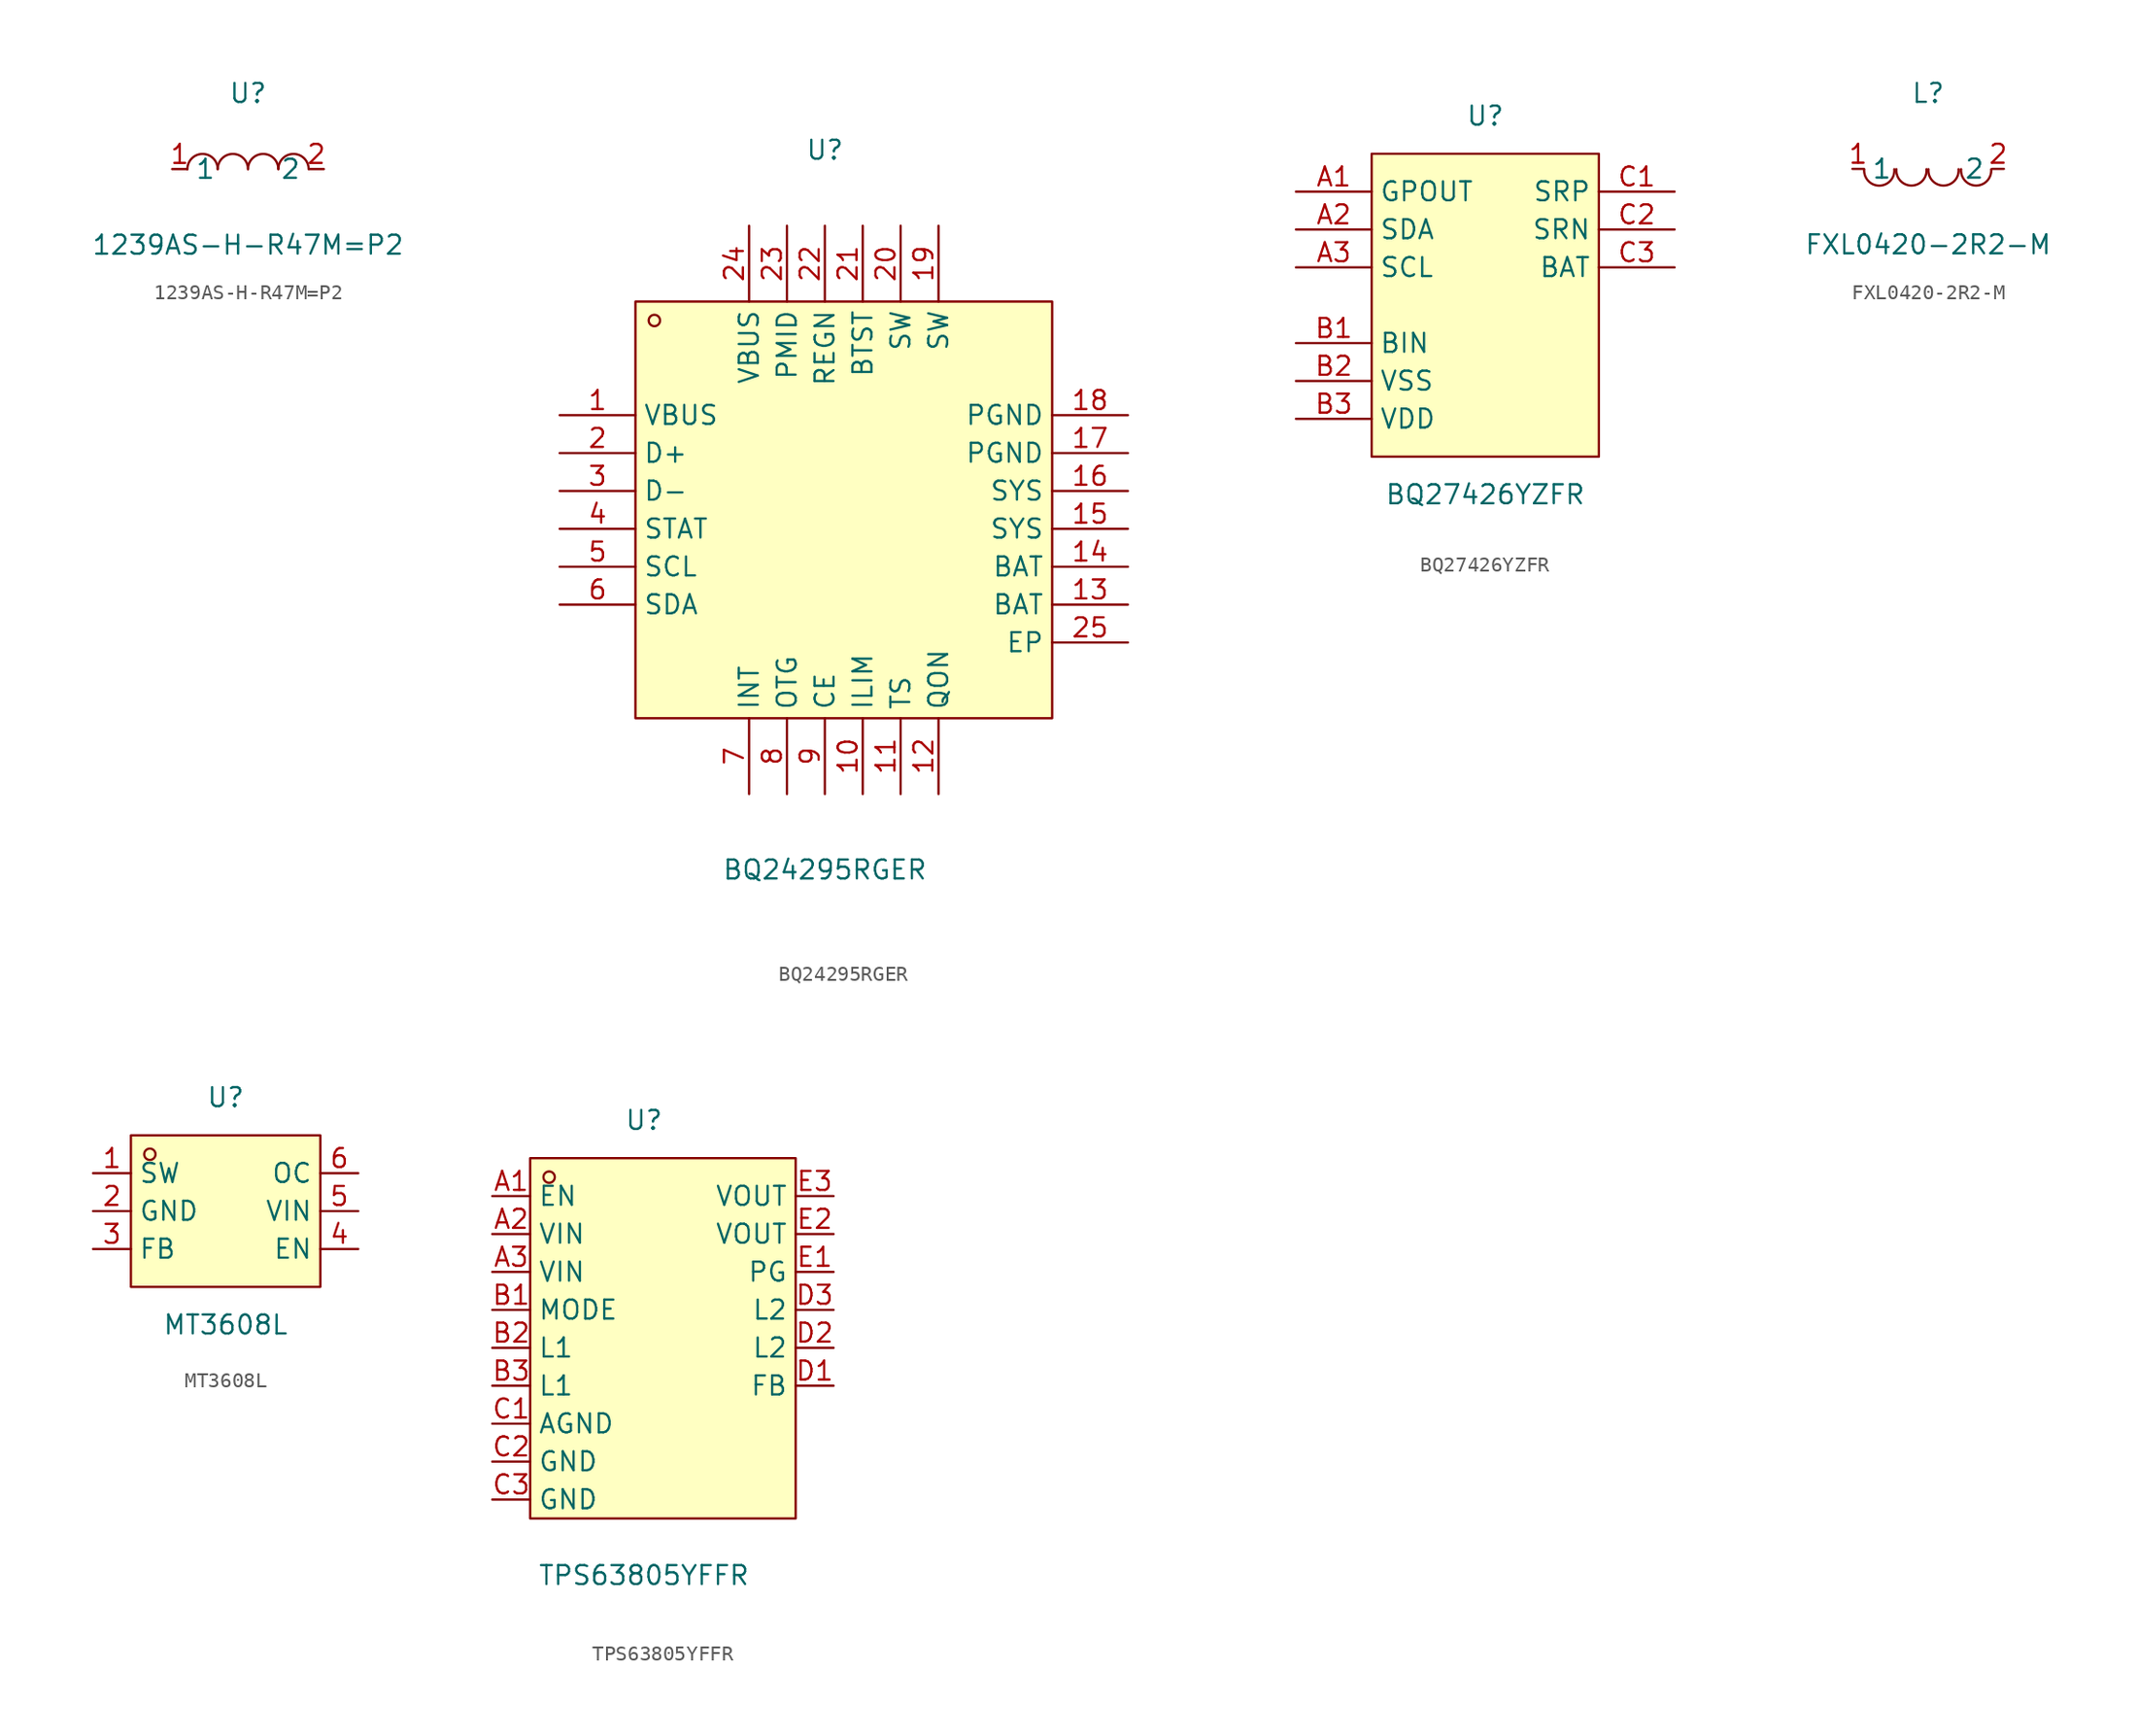
<source format=kicad_sym>
(kicad_symbol_lib
  (version 20231120)
  (generator "kicad_symbol_editor")
  (generator_version "8.0")
  (symbol "1239AS-H-R47M=P2"
    (property "Reference" "U"
      (at 0 5.08 0)
      (effects (font (size 1.27 1.27))))
    (property "Value" "1239AS-H-R47M=P2"
      (at 0 -5.08 0)
      (effects (font (size 1.27 1.27))))
    (symbol "1239AS-H-R47M=P2_0_1"
      (arc (start 0.00 -0.01) (mid 1.23 0.99) (end 2.03 0.01) (stroke (width 0) (type default) (color 0 0 0 0)) (fill (type none)))
      (arc (start 2.03 -0.01) (mid 3.26 0.99) (end 4.06 0.01) (stroke (width 0) (type default) (color 0 0 0 0)) (fill (type none)))
      (arc (start -2.03 -0.01) (mid -0.80 0.99) (end 0.00 0.01) (stroke (width 0) (type default) (color 0 0 0 0)) (fill (type none)))
      (arc (start -4.06 -0.01) (mid -2.83 0.99) (end -2.03 0.01) (stroke (width 0) (type default) (color 0 0 0 0)) (fill (type none)))
      (pin unspecified line (at -5.08 -0.00 0) (length 1.016) (name "1" (effects (font (size 1.27 1.27)))) (number "1" (effects (font (size 1.27 1.27)))))
      (pin unspecified line (at 5.08 -0.00 180) (length 1.016) (name "2" (effects (font (size 1.27 1.27)))) (number "2" (effects (font (size 1.27 1.27)))))))
  (symbol "BQ24295RGER"
    (property "Reference" "U"
      (at 0 25.40 0)
      (effects (font (size 1.27 1.27))))
    (property "Value" "BQ24295RGER"
      (at 0 -22.86 0)
      (effects (font (size 1.27 1.27))))
    (symbol "BQ24295RGER_0_1"
      (rectangle (start -12.70 15.24) (end 15.24 -12.70) (stroke (width 0) (type default) (color 0 0 0 0)) (fill (type background)))
      (circle (center -11.43 13.97) (radius 0.38) (stroke (width 0) (type default) (color 0 0 0 0)) (fill (type none)))
      (pin unspecified line (at -17.78 7.62 0) (length 5.08) (name "VBUS" (effects (font (size 1.27 1.27)))) (number "1" (effects (font (size 1.27 1.27)))))
      (pin unspecified line (at -17.78 5.08 0) (length 5.08) (name "D+" (effects (font (size 1.27 1.27)))) (number "2" (effects (font (size 1.27 1.27)))))
      (pin unspecified line (at -17.78 2.54 0) (length 5.08) (name "D-" (effects (font (size 1.27 1.27)))) (number "3" (effects (font (size 1.27 1.27)))))
      (pin unspecified line (at -17.78 -0.00 0) (length 5.08) (name "STAT" (effects (font (size 1.27 1.27)))) (number "4" (effects (font (size 1.27 1.27)))))
      (pin unspecified line (at -17.78 -2.54 0) (length 5.08) (name "SCL" (effects (font (size 1.27 1.27)))) (number "5" (effects (font (size 1.27 1.27)))))
      (pin unspecified line (at -17.78 -5.08 0) (length 5.08) (name "SDA" (effects (font (size 1.27 1.27)))) (number "6" (effects (font (size 1.27 1.27)))))
      (pin unspecified line (at -5.08 -17.78 90) (length 5.08) (name "INT" (effects (font (size 1.27 1.27)))) (number "7" (effects (font (size 1.27 1.27)))))
      (pin unspecified line (at -2.54 -17.78 90) (length 5.08) (name "OTG" (effects (font (size 1.27 1.27)))) (number "8" (effects (font (size 1.27 1.27)))))
      (pin unspecified line (at 0.00 -17.78 90) (length 5.08) (name "CE" (effects (font (size 1.27 1.27)))) (number "9" (effects (font (size 1.27 1.27)))))
      (pin unspecified line (at 2.54 -17.78 90) (length 5.08) (name "ILIM" (effects (font (size 1.27 1.27)))) (number "10" (effects (font (size 1.27 1.27)))))
      (pin unspecified line (at 5.08 -17.78 90) (length 5.08) (name "TS" (effects (font (size 1.27 1.27)))) (number "11" (effects (font (size 1.27 1.27)))))
      (pin unspecified line (at 7.62 -17.78 90) (length 5.08) (name "QON" (effects (font (size 1.27 1.27)))) (number "12" (effects (font (size 1.27 1.27)))))
      (pin unspecified line (at 20.32 -5.08 180) (length 5.08) (name "BAT" (effects (font (size 1.27 1.27)))) (number "13" (effects (font (size 1.27 1.27)))))
      (pin unspecified line (at 20.32 -2.54 180) (length 5.08) (name "BAT" (effects (font (size 1.27 1.27)))) (number "14" (effects (font (size 1.27 1.27)))))
      (pin unspecified line (at 20.32 -0.00 180) (length 5.08) (name "SYS" (effects (font (size 1.27 1.27)))) (number "15" (effects (font (size 1.27 1.27)))))
      (pin unspecified line (at 20.32 2.54 180) (length 5.08) (name "SYS" (effects (font (size 1.27 1.27)))) (number "16" (effects (font (size 1.27 1.27)))))
      (pin unspecified line (at 20.32 5.08 180) (length 5.08) (name "PGND" (effects (font (size 1.27 1.27)))) (number "17" (effects (font (size 1.27 1.27)))))
      (pin unspecified line (at 20.32 7.62 180) (length 5.08) (name "PGND" (effects (font (size 1.27 1.27)))) (number "18" (effects (font (size 1.27 1.27)))))
      (pin unspecified line (at 7.62 20.32 270) (length 5.08) (name "SW" (effects (font (size 1.27 1.27)))) (number "19" (effects (font (size 1.27 1.27)))))
      (pin unspecified line (at 5.08 20.32 270) (length 5.08) (name "SW" (effects (font (size 1.27 1.27)))) (number "20" (effects (font (size 1.27 1.27)))))
      (pin unspecified line (at 2.54 20.32 270) (length 5.08) (name "BTST" (effects (font (size 1.27 1.27)))) (number "21" (effects (font (size 1.27 1.27)))))
      (pin unspecified line (at 0.00 20.32 270) (length 5.08) (name "REGN" (effects (font (size 1.27 1.27)))) (number "22" (effects (font (size 1.27 1.27)))))
      (pin unspecified line (at -2.54 20.32 270) (length 5.08) (name "PMID" (effects (font (size 1.27 1.27)))) (number "23" (effects (font (size 1.27 1.27)))))
      (pin unspecified line (at -5.08 20.32 270) (length 5.08) (name "VBUS" (effects (font (size 1.27 1.27)))) (number "24" (effects (font (size 1.27 1.27)))))
      (pin unspecified line (at 20.32 -7.62 180) (length 5.08) (name "EP" (effects (font (size 1.27 1.27)))) (number "25" (effects (font (size 1.27 1.27)))))))
  (symbol "BQ27426YZFR"
    (property "Reference" "U"
      (at 0 10.16 0)
      (effects (font (size 1.27 1.27))))
    (property "Value" "BQ27426YZFR"
      (at 0 -15.24 0)
      (effects (font (size 1.27 1.27))))
    (symbol "BQ27426YZFR_0_1"
      (rectangle (start -7.62 7.62) (end 7.62 -12.70) (stroke (width 0) (type default) (color 0 0 0 0)) (fill (type background)))
      (pin unspecified line (at -12.70 5.08 0) (length 5.08) (name "GPOUT" (effects (font (size 1.27 1.27)))) (number "A1" (effects (font (size 1.27 1.27)))))
      (pin unspecified line (at -12.70 2.54 0) (length 5.08) (name "SDA" (effects (font (size 1.27 1.27)))) (number "A2" (effects (font (size 1.27 1.27)))))
      (pin unspecified line (at -12.70 -0.00 0) (length 5.08) (name "SCL" (effects (font (size 1.27 1.27)))) (number "A3" (effects (font (size 1.27 1.27)))))
      (pin unspecified line (at -12.70 -5.08 0) (length 5.08) (name "BIN" (effects (font (size 1.27 1.27)))) (number "B1" (effects (font (size 1.27 1.27)))))
      (pin unspecified line (at -12.70 -7.62 0) (length 5.08) (name "VSS" (effects (font (size 1.27 1.27)))) (number "B2" (effects (font (size 1.27 1.27)))))
      (pin unspecified line (at -12.70 -10.16 0) (length 5.08) (name "VDD" (effects (font (size 1.27 1.27)))) (number "B3" (effects (font (size 1.27 1.27)))))
      (pin unspecified line (at 12.70 5.08 180) (length 5.08) (name "SRP" (effects (font (size 1.27 1.27)))) (number "C1" (effects (font (size 1.27 1.27)))))
      (pin unspecified line (at 12.70 2.54 180) (length 5.08) (name "SRN" (effects (font (size 1.27 1.27)))) (number "C2" (effects (font (size 1.27 1.27)))))
      (pin unspecified line (at 12.70 -0.00 180) (length 5.08) (name "BAT" (effects (font (size 1.27 1.27)))) (number "C3" (effects (font (size 1.27 1.27)))))))
  (symbol "FXL0420-2R2-M"
    (property "Reference" "L"
      (at 0 5.08 0)
      (effects (font (size 1.27 1.27))))
    (property "Value" "FXL0420-2R2-M"
      (at 0 -5.08 0)
      (effects (font (size 1.27 1.27))))
    (symbol "FXL0420-2R2-M_0_1"
      (arc (start -4.29 -0.02) (mid -2.81 -1.01) (end -2.27 -0.02) (stroke (width 0) (type default) (color 0 0 0 0)) (fill (type none)))
      (arc (start -2.13 -0.02) (mid -0.66 -1.01) (end -0.11 -0.02) (stroke (width 0) (type default) (color 0 0 0 0)) (fill (type none)))
      (arc (start 0.02 -0.02) (mid 1.49 -1.01) (end 2.04 -0.02) (stroke (width 0) (type default) (color 0 0 0 0)) (fill (type none)))
      (arc (start 2.21 -0.02) (mid 3.68 -1.01) (end 4.23 -0.02) (stroke (width 0) (type default) (color 0 0 0 0)) (fill (type none)))
      (pin unspecified line (at 5.08 -0.00 180) (length 0.762) (name "2" (effects (font (size 1.27 1.27)))) (number "2" (effects (font (size 1.27 1.27)))))
      (pin unspecified line (at -5.08 -0.00 0) (length 0.762) (name "1" (effects (font (size 1.27 1.27)))) (number "1" (effects (font (size 1.27 1.27)))))))
  (symbol "MT3608L"
    (property "Reference" "U"
      (at 0 7.62 0)
      (effects (font (size 1.27 1.27))))
    (property "Value" "MT3608L"
      (at 0 -7.62 0)
      (effects (font (size 1.27 1.27))))
    (symbol "MT3608L_0_1"
      (rectangle (start -6.35 5.08) (end 6.35 -5.08) (stroke (width 0) (type default) (color 0 0 0 0)) (fill (type background)))
      (circle (center -5.08 3.81) (radius 0.38) (stroke (width 0) (type default) (color 0 0 0 0)) (fill (type none)))
      (pin unspecified line (at -8.89 2.54 0) (length 2.54) (name "SW" (effects (font (size 1.27 1.27)))) (number "1" (effects (font (size 1.27 1.27)))))
      (pin unspecified line (at -8.89 -0.00 0) (length 2.54) (name "GND" (effects (font (size 1.27 1.27)))) (number "2" (effects (font (size 1.27 1.27)))))
      (pin unspecified line (at -8.89 -2.54 0) (length 2.54) (name "FB" (effects (font (size 1.27 1.27)))) (number "3" (effects (font (size 1.27 1.27)))))
      (pin unspecified line (at 8.89 -2.54 180) (length 2.54) (name "EN" (effects (font (size 1.27 1.27)))) (number "4" (effects (font (size 1.27 1.27)))))
      (pin unspecified line (at 8.89 -0.00 180) (length 2.54) (name "VIN" (effects (font (size 1.27 1.27)))) (number "5" (effects (font (size 1.27 1.27)))))
      (pin unspecified line (at 8.89 2.54 180) (length 2.54) (name "OC" (effects (font (size 1.27 1.27)))) (number "6" (effects (font (size 1.27 1.27)))))))
  (symbol "TPS63805YFFR"
    (property "Reference" "U"
      (at 0 15.24 0)
      (effects (font (size 1.27 1.27))))
    (property "Value" "TPS63805YFFR"
      (at 0 -15.24 0)
      (effects (font (size 1.27 1.27))))
    (symbol "TPS63805YFFR_0_1"
      (rectangle (start -7.62 12.70) (end 10.16 -11.43) (stroke (width 0) (type default) (color 0 0 0 0)) (fill (type background)))
      (circle (center -6.35 11.43) (radius 0.38) (stroke (width 0) (type default) (color 0 0 0 0)) (fill (type none)))
      (pin unspecified line (at -10.16 10.16 0) (length 2.54) (name "EN" (effects (font (size 1.27 1.27)))) (number "A1" (effects (font (size 1.27 1.27)))))
      (pin unspecified line (at -10.16 7.62 0) (length 2.54) (name "VIN" (effects (font (size 1.27 1.27)))) (number "A2" (effects (font (size 1.27 1.27)))))
      (pin unspecified line (at -10.16 5.08 0) (length 2.54) (name "VIN" (effects (font (size 1.27 1.27)))) (number "A3" (effects (font (size 1.27 1.27)))))
      (pin unspecified line (at -10.16 2.54 0) (length 2.54) (name "MODE" (effects (font (size 1.27 1.27)))) (number "B1" (effects (font (size 1.27 1.27)))))
      (pin unspecified line (at -10.16 -0.00 0) (length 2.54) (name "L1" (effects (font (size 1.27 1.27)))) (number "B2" (effects (font (size 1.27 1.27)))))
      (pin unspecified line (at -10.16 -2.54 0) (length 2.54) (name "L1" (effects (font (size 1.27 1.27)))) (number "B3" (effects (font (size 1.27 1.27)))))
      (pin unspecified line (at -10.16 -5.08 0) (length 2.54) (name "AGND" (effects (font (size 1.27 1.27)))) (number "C1" (effects (font (size 1.27 1.27)))))
      (pin unspecified line (at -10.16 -7.62 0) (length 2.54) (name "GND" (effects (font (size 1.27 1.27)))) (number "C2" (effects (font (size 1.27 1.27)))))
      (pin unspecified line (at -10.16 -10.16 0) (length 2.54) (name "GND" (effects (font (size 1.27 1.27)))) (number "C3" (effects (font (size 1.27 1.27)))))
      (pin unspecified line (at 12.70 -2.54 180) (length 2.54) (name "FB" (effects (font (size 1.27 1.27)))) (number "D1" (effects (font (size 1.27 1.27)))))
      (pin unspecified line (at 12.70 -0.00 180) (length 2.54) (name "L2" (effects (font (size 1.27 1.27)))) (number "D2" (effects (font (size 1.27 1.27)))))
      (pin unspecified line (at 12.70 2.54 180) (length 2.54) (name "L2" (effects (font (size 1.27 1.27)))) (number "D3" (effects (font (size 1.27 1.27)))))
      (pin unspecified line (at 12.70 5.08 180) (length 2.54) (name "PG" (effects (font (size 1.27 1.27)))) (number "E1" (effects (font (size 1.27 1.27)))))
      (pin unspecified line (at 12.70 7.62 180) (length 2.54) (name "VOUT" (effects (font (size 1.27 1.27)))) (number "E2" (effects (font (size 1.27 1.27)))))
      (pin unspecified line (at 12.70 10.16 180) (length 2.54) (name "VOUT" (effects (font (size 1.27 1.27)))) (number "E3" (effects (font (size 1.27 1.27))))))))
</source>
